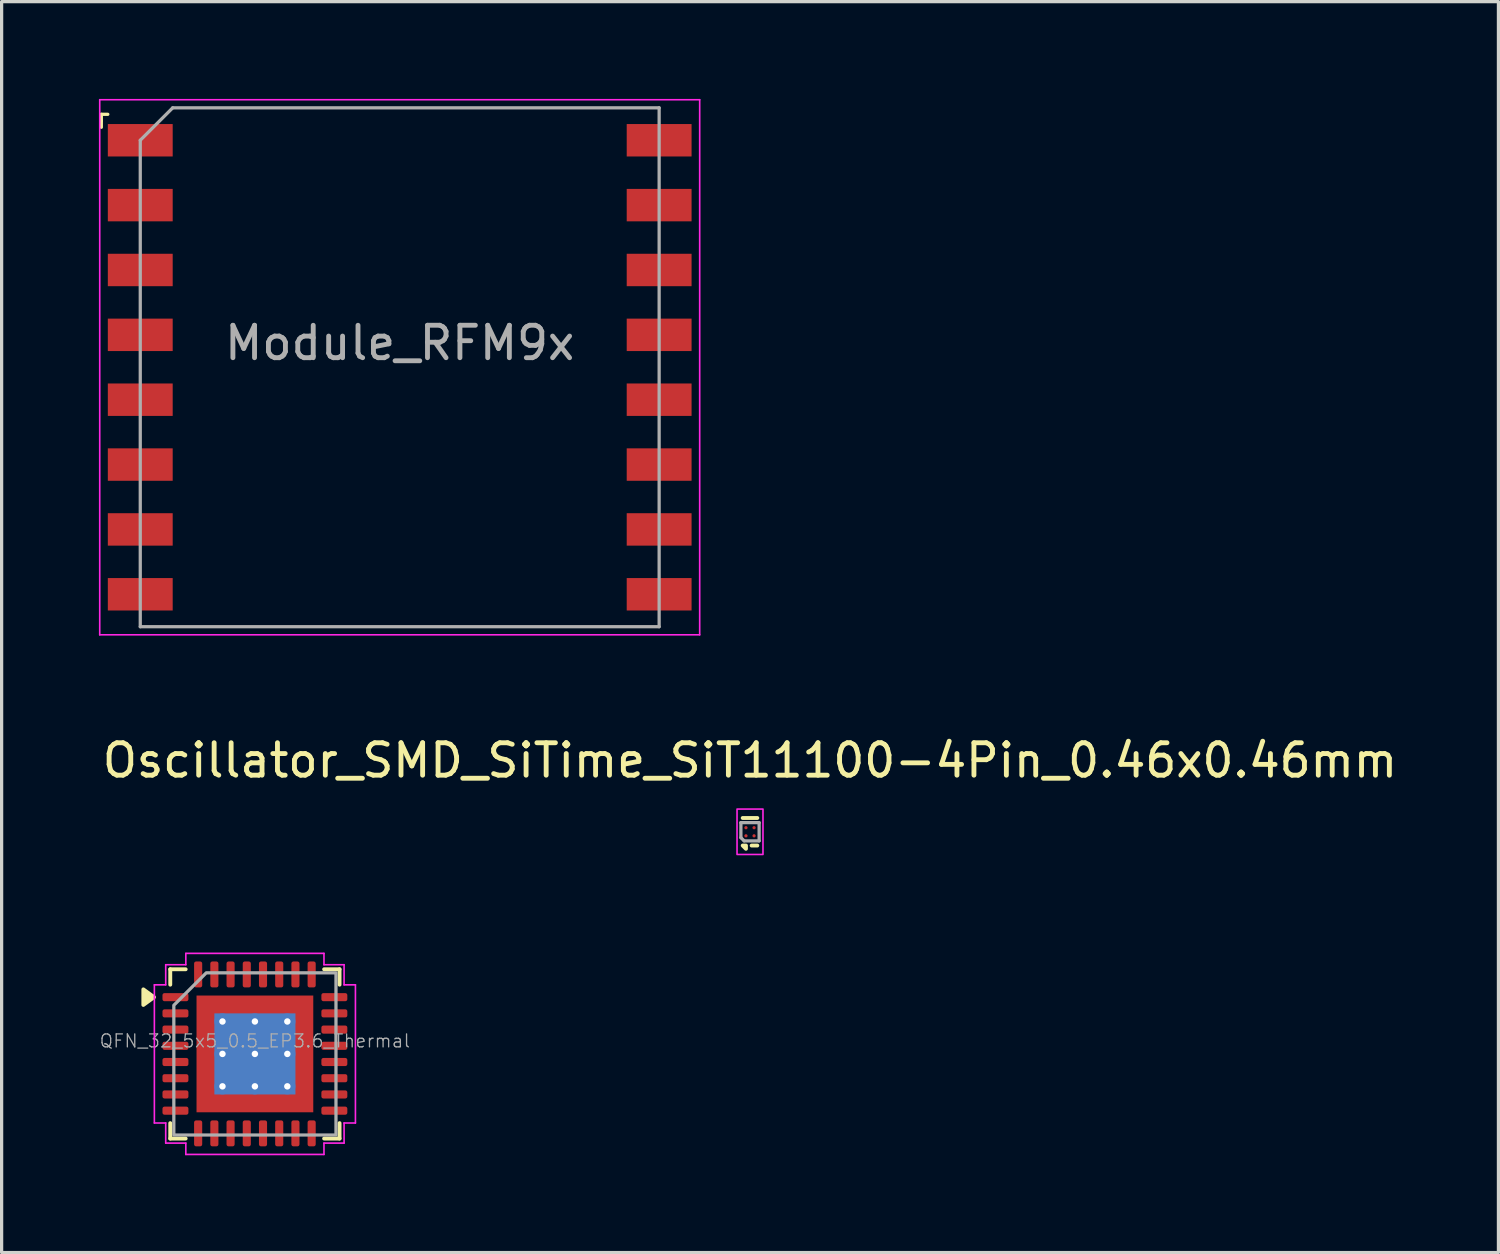
<source format=kicad_pcb>
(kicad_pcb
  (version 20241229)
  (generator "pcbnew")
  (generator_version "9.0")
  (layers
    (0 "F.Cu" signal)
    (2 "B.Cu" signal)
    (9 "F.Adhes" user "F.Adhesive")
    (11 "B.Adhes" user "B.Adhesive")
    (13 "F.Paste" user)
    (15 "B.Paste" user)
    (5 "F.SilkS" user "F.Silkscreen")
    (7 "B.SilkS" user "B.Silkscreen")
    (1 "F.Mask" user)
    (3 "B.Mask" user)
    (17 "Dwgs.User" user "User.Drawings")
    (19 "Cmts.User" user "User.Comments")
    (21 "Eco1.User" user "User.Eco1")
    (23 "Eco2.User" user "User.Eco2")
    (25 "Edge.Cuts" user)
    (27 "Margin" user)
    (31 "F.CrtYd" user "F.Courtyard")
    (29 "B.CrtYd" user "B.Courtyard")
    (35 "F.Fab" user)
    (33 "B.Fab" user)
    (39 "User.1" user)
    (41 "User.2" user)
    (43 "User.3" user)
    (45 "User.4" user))
  (footprint "Oscillator_SMD_SiTime_SiT11100-4Pin_0.46x0.46mm"
    (layer "F.Cu")
    (at 20.077 22.598)
    (property "Reference" "Oscillator_SMD_SiTime_SiT11100-4Pin_0.46x0.46mm" (at 0 -2.2 180) (layer "F.SilkS") (effects (font (size 1 1) (thickness 0.15))))
    (attr smd)
    (fp_line (start -0.225 0.125) (end -0.225 -0.125) (stroke (width 0.1) (type default)) (layer "F.Mask"))
    (fp_line (start -0.125 -0.225) (end 0.125 -0.225) (stroke (width 0.1) (type default)) (layer "F.Mask"))
    (fp_line (start 0.125 0.225) (end -0.125 0.225) (stroke (width 0.1) (type default)) (layer "F.Mask"))
    (fp_line (start 0.225 -0.125) (end 0.225 0.125) (stroke (width 0.1) (type default)) (layer "F.Mask"))
    (fp_arc (start -0.225 -0.125) (mid -0.195711 -0.195711) (end -0.125 -0.225) (stroke (width 0.1) (type default)) (layer "F.Mask"))
    (fp_arc (start -0.125 0.225) (mid -0.195711 0.195711) (end -0.225 0.125) (stroke (width 0.1) (type default)) (layer "F.Mask"))
    (fp_arc (start 0.125 -0.225) (mid 0.195711 -0.195711) (end 0.225 -0.125) (stroke (width 0.1) (type default)) (layer "F.Mask"))
    (fp_arc (start 0.225 0.125) (mid 0.195711 0.195711) (end 0.125 0.225) (stroke (width 0.1) (type default)) (layer "F.Mask"))
    (fp_circle (center -0.125 -0.125) (end -0.025 -0.125) (stroke (width 0) (type solid)) (fill yes) (layer "F.Mask"))
    (fp_circle (center -0.125 0.125) (end -0.025 0.125) (stroke (width 0) (type solid)) (fill yes) (layer "F.Mask"))
    (fp_circle (center 0.125 -0.125) (end 0.225 -0.125) (stroke (width 0) (type solid)) (fill yes) (layer "F.Mask"))
    (fp_circle (center 0.125 0.125) (end 0.225 0.125) (stroke (width 0) (type solid)) (fill yes) (layer "F.Mask"))
    (fp_poly (pts (xy -0.225 -0.125) (xy 0.225 -0.125) (xy 0.225 0.125) (xy -0.225 0.125)) (stroke (width 0) (type solid)) (fill yes) (layer "F.Mask"))
    (fp_poly (pts (xy -0.125 -0.225) (xy 0.125 -0.225) (xy 0.125 0.225) (xy -0.125 0.225)) (stroke (width 0) (type solid)) (fill yes) (layer "F.Mask"))
    (fp_line (start -0.225 -0.425) (end 0.225 -0.425) (stroke (width 0.12) (type solid)) (layer "F.SilkS"))
    (fp_line (start 0.05 0.425) (end 0.225 0.425) (stroke (width 0.12) (type solid)) (layer "F.SilkS"))
    (fp_poly (pts (xy -0.125 0.425) (xy -0.125 0.525) (xy -0.225 0.425) (xy -0.125 0.425)) (stroke (width 0.12) (type solid)) (fill yes) (layer "F.SilkS"))
    (fp_poly (pts (xy -0.4 -0.7) (xy 0.4 -0.7) (xy 0.4 0.7) (xy -0.4 0.7)) (stroke (width 0.05) (type default)) (fill no) (layer "F.CrtYd"))
    (fp_line (start -0.281 -0.281) (end -0.281 0.181) (stroke (width 0.1) (type default)) (layer "F.Fab"))
    (fp_line (start -0.281 -0.281) (end 0.281 -0.281) (stroke (width 0.1) (type default)) (layer "F.Fab"))
    (fp_line (start -0.281 0.181) (end -0.181 0.281) (stroke (width 0.1) (type default)) (layer "F.Fab"))
    (fp_line (start 0.281 -0.281) (end 0.281 0.281) (stroke (width 0.1) (type default)) (layer "F.Fab"))
    (fp_line (start 0.281 0.281) (end -0.181 0.281) (stroke (width 0.1) (type default)) (layer "F.Fab"))
    (pad "1" smd circle (at -0.125 0.125) (size 0.1 0.1) (property pad_prop_bga) (layers "F.Cu" "F.Paste"))
    (pad "2" smd circle (at -0.125 -0.125) (size 0.1 0.1) (property pad_prop_bga) (layers "F.Cu" "F.Paste"))
    (pad "3" smd circle (at 0.125 -0.125) (size 0.1 0.1) (property pad_prop_bga) (layers "F.Cu" "F.Paste"))
    (pad "4" smd circle (at 0.125 0.125) (size 0.1 0.1) (property pad_prop_bga) (layers "F.Cu" "F.Paste")))
  (footprint "QFN_32_5x5_0.5_EP3.6_Thermal"
    (layer "F.Cu")
    (at 4.81 29.448)
    (property "Reference" "QFN_32_5x5_0.5_EP3.6_Thermal" (at 0 -0.4 0) (layer "F.Fab") (effects (font (size 0.4 0.4) (thickness 0.04))))
    (attr smd)
    (fp_line (start -2.61 -2.61) (end -2.135 -2.61) (stroke (width 0.12) (type solid)) (layer "F.SilkS"))
    (fp_line (start -2.61 -2.135) (end -2.61 -2.61) (stroke (width 0.12) (type solid)) (layer "F.SilkS"))
    (fp_line (start -2.61 2.61) (end -2.61 2.135) (stroke (width 0.12) (type solid)) (layer "F.SilkS"))
    (fp_line (start -2.135 2.61) (end -2.61 2.61) (stroke (width 0.12) (type solid)) (layer "F.SilkS"))
    (fp_line (start 2.135 -2.61) (end 2.61 -2.61) (stroke (width 0.12) (type solid)) (layer "F.SilkS"))
    (fp_line (start 2.61 -2.61) (end 2.61 -2.135) (stroke (width 0.12) (type solid)) (layer "F.SilkS"))
    (fp_line (start 2.61 2.135) (end 2.61 2.61) (stroke (width 0.12) (type solid)) (layer "F.SilkS"))
    (fp_line (start 2.61 2.61) (end 2.135 2.61) (stroke (width 0.12) (type solid)) (layer "F.SilkS"))
    (fp_poly (pts (xy -3.11 -1.75) (xy -3.44 -1.51) (xy -3.44 -1.99)) (stroke (width 0.12) (type solid)) (fill yes) (layer "F.SilkS"))
    (fp_line (start -3.1 -2.13) (end -2.75 -2.13) (stroke (width 0.05) (type solid)) (layer "F.CrtYd"))
    (fp_line (start -3.1 2.13) (end -3.1 -2.13) (stroke (width 0.05) (type solid)) (layer "F.CrtYd"))
    (fp_line (start -2.75 -2.75) (end -2.13 -2.75) (stroke (width 0.05) (type solid)) (layer "F.CrtYd"))
    (fp_line (start -2.75 -2.13) (end -2.75 -2.75) (stroke (width 0.05) (type solid)) (layer "F.CrtYd"))
    (fp_line (start -2.75 2.13) (end -3.1 2.13) (stroke (width 0.05) (type solid)) (layer "F.CrtYd"))
    (fp_line (start -2.75 2.75) (end -2.75 2.13) (stroke (width 0.05) (type solid)) (layer "F.CrtYd"))
    (fp_line (start -2.13 -3.1) (end 2.13 -3.1) (stroke (width 0.05) (type solid)) (layer "F.CrtYd"))
    (fp_line (start -2.13 -2.75) (end -2.13 -3.1) (stroke (width 0.05) (type solid)) (layer "F.CrtYd"))
    (fp_line (start -2.13 2.75) (end -2.75 2.75) (stroke (width 0.05) (type solid)) (layer "F.CrtYd"))
    (fp_line (start -2.13 3.1) (end -2.13 2.75) (stroke (width 0.05) (type solid)) (layer "F.CrtYd"))
    (fp_line (start 2.13 -3.1) (end 2.13 -2.75) (stroke (width 0.05) (type solid)) (layer "F.CrtYd"))
    (fp_line (start 2.13 -2.75) (end 2.75 -2.75) (stroke (width 0.05) (type solid)) (layer "F.CrtYd"))
    (fp_line (start 2.13 2.75) (end 2.13 3.1) (stroke (width 0.05) (type solid)) (layer "F.CrtYd"))
    (fp_line (start 2.13 3.1) (end -2.13 3.1) (stroke (width 0.05) (type solid)) (layer "F.CrtYd"))
    (fp_line (start 2.75 -2.75) (end 2.75 -2.13) (stroke (width 0.05) (type solid)) (layer "F.CrtYd"))
    (fp_line (start 2.75 -2.13) (end 3.1 -2.13) (stroke (width 0.05) (type solid)) (layer "F.CrtYd"))
    (fp_line (start 2.75 2.13) (end 2.75 2.75) (stroke (width 0.05) (type solid)) (layer "F.CrtYd"))
    (fp_line (start 2.75 2.75) (end 2.13 2.75) (stroke (width 0.05) (type solid)) (layer "F.CrtYd"))
    (fp_line (start 3.1 -2.13) (end 3.1 2.13) (stroke (width 0.05) (type solid)) (layer "F.CrtYd"))
    (fp_line (start 3.1 2.13) (end 2.75 2.13) (stroke (width 0.05) (type solid)) (layer "F.CrtYd"))
    (fp_poly (pts (xy -2.5 -1.5) (xy -2.5 2.5) (xy 2.5 2.5) (xy 2.5 -2.5) (xy -1.5 -2.5)) (stroke (width 0.1) (type solid)) (fill no) (layer "F.Fab"))
    (pad "" smd roundrect (at -1.2 -1.2) (size 0.97 0.97) (layers "F.Paste") (roundrect_rratio 0.25))
    (pad "" smd roundrect (at -1.2 0) (size 0.97 0.97) (layers "F.Paste") (roundrect_rratio 0.25))
    (pad "" smd roundrect (at -1.2 1.2) (size 0.97 0.97) (layers "F.Paste") (roundrect_rratio 0.25))
    (pad "" smd roundrect (at 0 -1.2) (size 0.97 0.97) (layers "F.Paste") (roundrect_rratio 0.25))
    (pad "" smd roundrect (at 0 0) (size 0.97 0.97) (layers "F.Paste") (roundrect_rratio 0.25))
    (pad "" smd roundrect (at 0 1.2) (size 0.97 0.97) (layers "F.Paste") (roundrect_rratio 0.25))
    (pad "" smd roundrect (at 1.2 -1.2) (size 0.97 0.97) (layers "F.Paste") (roundrect_rratio 0.25))
    (pad "" smd roundrect (at 1.2 0) (size 0.97 0.97) (layers "F.Paste") (roundrect_rratio 0.25))
    (pad "" smd roundrect (at 1.2 1.2) (size 0.97 0.97) (layers "F.Paste") (roundrect_rratio 0.25))
    (pad "1" smd roundrect (at -2.45 -1.75) (size 0.8 0.25) (layers "F.Cu" "F.Mask" "F.Paste") (roundrect_rratio 0.25))
    (pad "2" smd roundrect (at -2.45 -1.25) (size 0.8 0.25) (layers "F.Cu" "F.Mask" "F.Paste") (roundrect_rratio 0.25))
    (pad "3" smd roundrect (at -2.45 -0.75) (size 0.8 0.25) (layers "F.Cu" "F.Mask" "F.Paste") (roundrect_rratio 0.25))
    (pad "4" smd roundrect (at -2.45 -0.25) (size 0.8 0.25) (layers "F.Cu" "F.Mask" "F.Paste") (roundrect_rratio 0.25))
    (pad "5" smd roundrect (at -2.45 0.25) (size 0.8 0.25) (layers "F.Cu" "F.Mask" "F.Paste") (roundrect_rratio 0.25))
    (pad "6" smd roundrect (at -2.45 0.75) (size 0.8 0.25) (layers "F.Cu" "F.Mask" "F.Paste") (roundrect_rratio 0.25))
    (pad "7" smd roundrect (at -2.45 1.25) (size 0.8 0.25) (layers "F.Cu" "F.Mask" "F.Paste") (roundrect_rratio 0.25))
    (pad "8" smd roundrect (at -2.45 1.75) (size 0.8 0.25) (layers "F.Cu" "F.Mask" "F.Paste") (roundrect_rratio 0.25))
    (pad "9" smd roundrect (at -1.75 2.45) (size 0.25 0.8) (layers "F.Cu" "F.Mask" "F.Paste") (roundrect_rratio 0.25))
    (pad "10" smd roundrect (at -1.25 2.45) (size 0.25 0.8) (layers "F.Cu" "F.Mask" "F.Paste") (roundrect_rratio 0.25))
    (pad "11" smd roundrect (at -0.75 2.45) (size 0.25 0.8) (layers "F.Cu" "F.Mask" "F.Paste") (roundrect_rratio 0.25))
    (pad "12" smd roundrect (at -0.25 2.45) (size 0.25 0.8) (layers "F.Cu" "F.Mask" "F.Paste") (roundrect_rratio 0.25))
    (pad "13" smd roundrect (at 0.25 2.45) (size 0.25 0.8) (layers "F.Cu" "F.Mask" "F.Paste") (roundrect_rratio 0.25))
    (pad "14" smd roundrect (at 0.75 2.45) (size 0.25 0.8) (layers "F.Cu" "F.Mask" "F.Paste") (roundrect_rratio 0.25))
    (pad "15" smd roundrect (at 1.25 2.45) (size 0.25 0.8) (layers "F.Cu" "F.Mask" "F.Paste") (roundrect_rratio 0.25))
    (pad "16" smd roundrect (at 1.75 2.45) (size 0.25 0.8) (layers "F.Cu" "F.Mask" "F.Paste") (roundrect_rratio 0.25))
    (pad "17" smd roundrect (at 2.45 1.75) (size 0.8 0.25) (layers "F.Cu" "F.Mask" "F.Paste") (roundrect_rratio 0.25))
    (pad "18" smd roundrect (at 2.45 1.25) (size 0.8 0.25) (layers "F.Cu" "F.Mask" "F.Paste") (roundrect_rratio 0.25))
    (pad "19" smd roundrect (at 2.45 0.75) (size 0.8 0.25) (layers "F.Cu" "F.Mask" "F.Paste") (roundrect_rratio 0.25))
    (pad "20" smd roundrect (at 2.45 0.25) (size 0.8 0.25) (layers "F.Cu" "F.Mask" "F.Paste") (roundrect_rratio 0.25))
    (pad "21" smd roundrect (at 2.45 -0.25) (size 0.8 0.25) (layers "F.Cu" "F.Mask" "F.Paste") (roundrect_rratio 0.25))
    (pad "22" smd roundrect (at 2.45 -0.75) (size 0.8 0.25) (layers "F.Cu" "F.Mask" "F.Paste") (roundrect_rratio 0.25))
    (pad "23" smd roundrect (at 2.45 -1.25) (size 0.8 0.25) (layers "F.Cu" "F.Mask" "F.Paste") (roundrect_rratio 0.25))
    (pad "24" smd roundrect (at 2.45 -1.75) (size 0.8 0.25) (layers "F.Cu" "F.Mask" "F.Paste") (roundrect_rratio 0.25))
    (pad "25" smd roundrect (at 1.75 -2.45) (size 0.25 0.8) (layers "F.Cu" "F.Mask" "F.Paste") (roundrect_rratio 0.25))
    (pad "26" smd roundrect (at 1.25 -2.45) (size 0.25 0.8) (layers "F.Cu" "F.Mask" "F.Paste") (roundrect_rratio 0.25))
    (pad "27" smd roundrect (at 0.75 -2.45) (size 0.25 0.8) (layers "F.Cu" "F.Mask" "F.Paste") (roundrect_rratio 0.25))
    (pad "28" smd roundrect (at 0.25 -2.45) (size 0.25 0.8) (layers "F.Cu" "F.Mask" "F.Paste") (roundrect_rratio 0.25))
    (pad "29" smd roundrect (at -0.25 -2.45) (size 0.25 0.8) (layers "F.Cu" "F.Mask" "F.Paste") (roundrect_rratio 0.25))
    (pad "30" smd roundrect (at -0.75 -2.45) (size 0.25 0.8) (layers "F.Cu" "F.Mask" "F.Paste") (roundrect_rratio 0.25))
    (pad "31" smd roundrect (at -1.25 -2.45) (size 0.25 0.8) (layers "F.Cu" "F.Mask" "F.Paste") (roundrect_rratio 0.25))
    (pad "32" smd roundrect (at -1.75 -2.45) (size 0.25 0.8) (layers "F.Cu" "F.Mask" "F.Paste") (roundrect_rratio 0.25))
    (pad "33" thru_hole circle (at -1 -1) (size 0.5 0.5) (drill 0.2) (property pad_prop_heatsink) (layers "*.Cu"))
    (pad "33" thru_hole circle (at -1 0) (size 0.5 0.5) (drill 0.2) (property pad_prop_heatsink) (layers "*.Cu"))
    (pad "33" thru_hole circle (at -1 1) (size 0.5 0.5) (drill 0.2) (property pad_prop_heatsink) (layers "*.Cu"))
    (pad "33" thru_hole circle (at 0 -1) (size 0.5 0.5) (drill 0.2) (property pad_prop_heatsink) (layers "*.Cu"))
    (pad "33" thru_hole circle (at 0 0) (size 0.5 0.5) (drill 0.2) (property pad_prop_heatsink) (layers "*.Cu"))
    (pad "33" smd rect (at 0 0) (size 2.5 2.5) (property pad_prop_heatsink) (layers "B.Cu"))
    (pad "33" smd rect (at 0 0) (size 3.6 3.6) (property pad_prop_heatsink) (layers "F.Cu" "F.Mask"))
    (pad "33" thru_hole circle (at 0 1) (size 0.5 0.5) (drill 0.2) (property pad_prop_heatsink) (layers "*.Cu"))
    (pad "33" thru_hole circle (at 1 -1) (size 0.5 0.5) (drill 0.2) (property pad_prop_heatsink) (layers "*.Cu"))
    (pad "33" thru_hole circle (at 1 0) (size 0.5 0.5) (drill 0.2) (property pad_prop_heatsink) (layers "*.Cu"))
    (pad "33" thru_hole circle (at 1 1) (size 0.5 0.5) (drill 0.2) (property pad_prop_heatsink) (layers "*.Cu")))
  (footprint "Module_RFM9x"
    (layer "F.Cu")
    (at 9.275 8.275)
    (property "Reference" "Module_RFM9x" (at 0 -0.75 0) (layer "F.Fab") (effects (font (size 1 1) (thickness 0.15))))
    (attr smd)
    (fp_line (start -9.2 -7.8) (end -9.2 -7.6) (stroke (width 0.1) (type default)) (layer "F.SilkS"))
    (fp_line (start -9.2 -7.6) (end -9.2 -7.4) (stroke (width 0.1) (type default)) (layer "F.SilkS"))
    (fp_line (start -9 -7.8) (end -9.2 -7.8) (stroke (width 0.1) (type default)) (layer "F.SilkS"))
    (fp_line (start -9.25 -8.25) (end 9.25 -8.25) (stroke (width 0.05) (type solid)) (layer "F.CrtYd"))
    (fp_line (start -9.25 8.25) (end -9.25 -8.25) (stroke (width 0.05) (type solid)) (layer "F.CrtYd"))
    (fp_line (start -9.25 8.25) (end 9.25 8.25) (stroke (width 0.05) (type solid)) (layer "F.CrtYd"))
    (fp_line (start 9.25 -8.25) (end 9.25 8.25) (stroke (width 0.05) (type solid)) (layer "F.CrtYd"))
    (fp_line (start -8 8) (end -8 -7) (stroke (width 0.1) (type solid)) (layer "F.Fab"))
    (fp_line (start -8 8) (end 8 8) (stroke (width 0.1) (type solid)) (layer "F.Fab"))
    (fp_line (start -7 -8) (end -8 -7) (stroke (width 0.1) (type solid)) (layer "F.Fab"))
    (fp_line (start -7 -8) (end 8 -8) (stroke (width 0.1) (type solid)) (layer "F.Fab"))
    (fp_line (start 8 8) (end 8 -8) (stroke (width 0.1) (type solid)) (layer "F.Fab"))
    (pad "1" smd rect (at -8 -7) (size 2 1) (layers "F.Cu" "F.Mask" "F.Paste"))
    (pad "2" smd rect (at -8 -5) (size 2 1) (layers "F.Cu" "F.Mask" "F.Paste"))
    (pad "3" smd rect (at -8 -3) (size 2 1) (layers "F.Cu" "F.Mask" "F.Paste"))
    (pad "4" smd rect (at -8 -1) (size 2 1) (layers "F.Cu" "F.Mask" "F.Paste"))
    (pad "5" smd rect (at -8 1) (size 2 1) (layers "F.Cu" "F.Mask" "F.Paste"))
    (pad "6" smd rect (at -8 3) (size 2 1) (layers "F.Cu" "F.Mask" "F.Paste"))
    (pad "7" smd rect (at -8 5) (size 2 1) (layers "F.Cu" "F.Mask" "F.Paste"))
    (pad "8" smd rect (at -8 7) (size 2 1) (layers "F.Cu" "F.Mask" "F.Paste"))
    (pad "9" smd rect (at 8 7) (size 2 1) (layers "F.Cu" "F.Mask" "F.Paste"))
    (pad "10" smd rect (at 8 5) (size 2 1) (layers "F.Cu" "F.Mask" "F.Paste"))
    (pad "11" smd rect (at 8 3) (size 2 1) (layers "F.Cu" "F.Mask" "F.Paste"))
    (pad "12" smd rect (at 8 1) (size 2 1) (layers "F.Cu" "F.Mask" "F.Paste"))
    (pad "13" smd rect (at 8 -1) (size 2 1) (layers "F.Cu" "F.Mask" "F.Paste"))
    (pad "14" smd rect (at 8 -3) (size 2 1) (layers "F.Cu" "F.Mask" "F.Paste"))
    (pad "15" smd rect (at 8 -5) (size 2 1) (layers "F.Cu" "F.Mask" "F.Paste"))
    (pad "16" smd rect (at 8 -7) (size 2 1) (layers "F.Cu" "F.Mask" "F.Paste")))
  (gr_rect
    (start -3 -3)
    (end 43.155 35.573)
    (stroke (width 0.1) (type default))
    (fill no)
    (layer "Edge.Cuts")))
</source>
